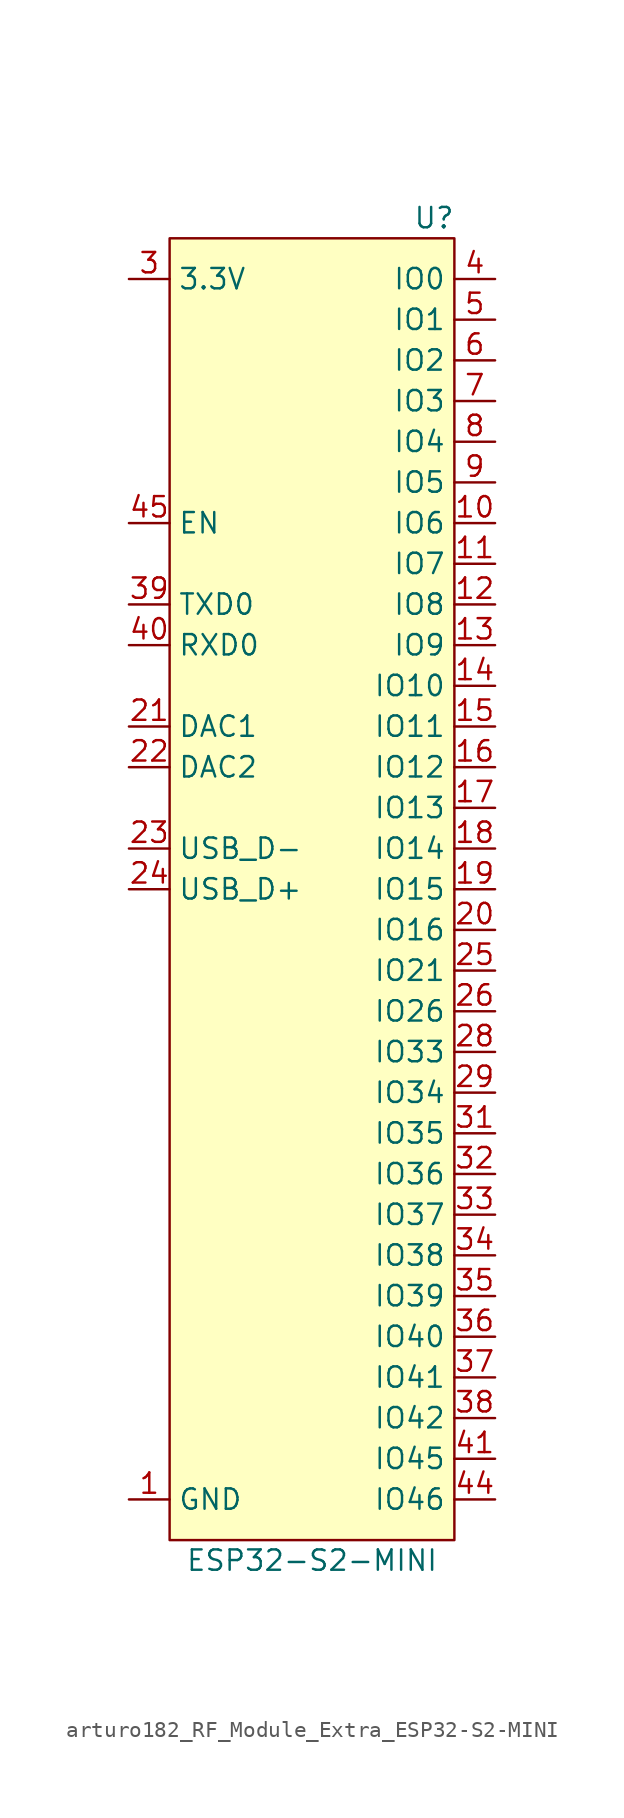
<source format=kicad_sym>
(kicad_symbol_lib
  (version 20220914)
  (generator kicad_symbol_editor)
  (symbol "arturo182_RF_Module_Extra_ESP32-S2-MINI"
    (property "Reference" "U"
      (at 7.62 39.37 0)
      (effects (font (size 1.27 1.27))))
    (property "Value" "ESP32-S2-MINI"
      (at 0 -44.45 0)
      (effects (font (size 1.27 1.27))))
    (symbol "arturo182_RF_Module_Extra_ESP32-S2-MINI_0_0"
      (pin power_in line (at -11.43 -40.64 0) (length 2.54) (name "GND" (effects (font (size 1.27 1.27)))) (number "1" (effects (font (size 1.27 1.27)))))
      (pin bidirectional line (at 11.43 20.32 180) (length 2.54) (name "IO6" (effects (font (size 1.27 1.27)))) (number "10" (effects (font (size 1.27 1.27)))))
      (pin bidirectional line (at 11.43 17.78 180) (length 2.54) (name "IO7" (effects (font (size 1.27 1.27)))) (number "11" (effects (font (size 1.27 1.27)))))
      (pin bidirectional line (at 11.43 15.24 180) (length 2.54) (name "IO8" (effects (font (size 1.27 1.27)))) (number "12" (effects (font (size 1.27 1.27)))))
      (pin bidirectional line (at 11.43 12.7 180) (length 2.54) (name "IO9" (effects (font (size 1.27 1.27)))) (number "13" (effects (font (size 1.27 1.27)))))
      (pin bidirectional line (at 11.43 10.16 180) (length 2.54) (name "IO10" (effects (font (size 1.27 1.27)))) (number "14" (effects (font (size 1.27 1.27)))))
      (pin bidirectional line (at 11.43 7.62 180) (length 2.54) (name "IO11" (effects (font (size 1.27 1.27)))) (number "15" (effects (font (size 1.27 1.27)))))
      (pin bidirectional line (at 11.43 5.08 180) (length 2.54) (name "IO12" (effects (font (size 1.27 1.27)))) (number "16" (effects (font (size 1.27 1.27)))))
      (pin bidirectional line (at 11.43 2.54 180) (length 2.54) (name "IO13" (effects (font (size 1.27 1.27)))) (number "17" (effects (font (size 1.27 1.27)))))
      (pin bidirectional line (at 11.43 0 180) (length 2.54) (name "IO14" (effects (font (size 1.27 1.27)))) (number "18" (effects (font (size 1.27 1.27)))))
      (pin bidirectional line (at 11.43 -2.54 180) (length 2.54) (name "IO15" (effects (font (size 1.27 1.27)))) (number "19" (effects (font (size 1.27 1.27)))))
      (pin passive line (at -11.43 -40.64 0) (length 2.54) hide (name "GND" (effects (font (size 1.27 1.27)))) (number "2" (effects (font (size 1.27 1.27)))))
      (pin bidirectional line (at 11.43 -5.08 180) (length 2.54) (name "IO16" (effects (font (size 1.27 1.27)))) (number "20" (effects (font (size 1.27 1.27)))))
      (pin bidirectional line (at -11.43 7.62 0) (length 2.54) (name "DAC1" (effects (font (size 1.27 1.27)))) (number "21" (effects (font (size 1.27 1.27)))))
      (pin bidirectional line (at -11.43 5.08 0) (length 2.54) (name "DAC2" (effects (font (size 1.27 1.27)))) (number "22" (effects (font (size 1.27 1.27)))))
      (pin bidirectional line (at -11.43 0 0) (length 2.54) (name "USB_D-" (effects (font (size 1.27 1.27)))) (number "23" (effects (font (size 1.27 1.27)))))
      (pin bidirectional line (at -11.43 -2.54 0) (length 2.54) (name "USB_D+" (effects (font (size 1.27 1.27)))) (number "24" (effects (font (size 1.27 1.27)))))
      (pin bidirectional line (at 11.43 -7.62 180) (length 2.54) (name "IO21" (effects (font (size 1.27 1.27)))) (number "25" (effects (font (size 1.27 1.27)))))
      (pin bidirectional line (at 11.43 -10.16 180) (length 2.54) (name "IO26" (effects (font (size 1.27 1.27)))) (number "26" (effects (font (size 1.27 1.27)))))
      (pin no_connect line (at -3.81 -16.51 0) (length 2.54) hide (name "NC" (effects (font (size 1.27 1.27)))) (number "27" (effects (font (size 1.27 1.27)))))
      (pin bidirectional line (at 11.43 -12.7 180) (length 2.54) (name "IO33" (effects (font (size 1.27 1.27)))) (number "28" (effects (font (size 1.27 1.27)))))
      (pin bidirectional line (at 11.43 -15.24 180) (length 2.54) (name "IO34" (effects (font (size 1.27 1.27)))) (number "29" (effects (font (size 1.27 1.27)))))
      (pin power_in line (at -11.43 35.56 0) (length 2.54) (name "3.3V" (effects (font (size 1.27 1.27)))) (number "3" (effects (font (size 1.27 1.27)))))
      (pin passive line (at -11.43 -40.64 0) (length 2.54) hide (name "GND" (effects (font (size 1.27 1.27)))) (number "30" (effects (font (size 1.27 1.27)))))
      (pin bidirectional line (at 11.43 -17.78 180) (length 2.54) (name "IO35" (effects (font (size 1.27 1.27)))) (number "31" (effects (font (size 1.27 1.27)))))
      (pin bidirectional line (at 11.43 -20.32 180) (length 2.54) (name "IO36" (effects (font (size 1.27 1.27)))) (number "32" (effects (font (size 1.27 1.27)))))
      (pin bidirectional line (at 11.43 -22.86 180) (length 2.54) (name "IO37" (effects (font (size 1.27 1.27)))) (number "33" (effects (font (size 1.27 1.27)))))
      (pin bidirectional line (at 11.43 -25.4 180) (length 2.54) (name "IO38" (effects (font (size 1.27 1.27)))) (number "34" (effects (font (size 1.27 1.27)))))
      (pin bidirectional line (at 11.43 -27.94 180) (length 2.54) (name "IO39" (effects (font (size 1.27 1.27)))) (number "35" (effects (font (size 1.27 1.27)))))
      (pin bidirectional line (at 11.43 -30.48 180) (length 2.54) (name "IO40" (effects (font (size 1.27 1.27)))) (number "36" (effects (font (size 1.27 1.27)))))
      (pin bidirectional line (at 11.43 -33.02 180) (length 2.54) (name "IO41" (effects (font (size 1.27 1.27)))) (number "37" (effects (font (size 1.27 1.27)))))
      (pin bidirectional line (at 11.43 -35.56 180) (length 2.54) (name "IO42" (effects (font (size 1.27 1.27)))) (number "38" (effects (font (size 1.27 1.27)))))
      (pin output line (at -11.43 15.24 0) (length 2.54) (name "TXD0" (effects (font (size 1.27 1.27)))) (number "39" (effects (font (size 1.27 1.27)))))
      (pin bidirectional line (at 11.43 35.56 180) (length 2.54) (name "IO0" (effects (font (size 1.27 1.27)))) (number "4" (effects (font (size 1.27 1.27)))))
      (pin input line (at -11.43 12.7 0) (length 2.54) (name "RXD0" (effects (font (size 1.27 1.27)))) (number "40" (effects (font (size 1.27 1.27)))))
      (pin bidirectional line (at 11.43 -38.1 180) (length 2.54) (name "IO45" (effects (font (size 1.27 1.27)))) (number "41" (effects (font (size 1.27 1.27)))))
      (pin passive line (at -11.43 -40.64 0) (length 2.54) hide (name "GND" (effects (font (size 1.27 1.27)))) (number "42" (effects (font (size 1.27 1.27)))))
      (pin passive line (at -11.43 -40.64 0) (length 2.54) hide (name "GND" (effects (font (size 1.27 1.27)))) (number "43" (effects (font (size 1.27 1.27)))))
      (pin bidirectional line (at 11.43 -40.64 180) (length 2.54) (name "IO46" (effects (font (size 1.27 1.27)))) (number "44" (effects (font (size 1.27 1.27)))))
      (pin input line (at -11.43 20.32 0) (length 2.54) (name "EN" (effects (font (size 1.27 1.27)))) (number "45" (effects (font (size 1.27 1.27)))))
      (pin passive line (at -11.43 -40.64 0) (length 2.54) hide (name "GND" (effects (font (size 1.27 1.27)))) (number "46" (effects (font (size 1.27 1.27)))))
      (pin passive line (at -11.43 -40.64 0) (length 2.54) hide (name "GND" (effects (font (size 1.27 1.27)))) (number "47" (effects (font (size 1.27 1.27)))))
      (pin passive line (at -11.43 -40.64 0) (length 2.54) hide (name "GND" (effects (font (size 1.27 1.27)))) (number "48" (effects (font (size 1.27 1.27)))))
      (pin passive line (at -11.43 -40.64 0) (length 2.54) hide (name "GND" (effects (font (size 1.27 1.27)))) (number "49" (effects (font (size 1.27 1.27)))))
      (pin bidirectional line (at 11.43 33.02 180) (length 2.54) (name "IO1" (effects (font (size 1.27 1.27)))) (number "5" (effects (font (size 1.27 1.27)))))
      (pin passive line (at -11.43 -40.64 0) (length 2.54) hide (name "GND" (effects (font (size 1.27 1.27)))) (number "50" (effects (font (size 1.27 1.27)))))
      (pin passive line (at -11.43 -40.64 0) (length 2.54) hide (name "GND" (effects (font (size 1.27 1.27)))) (number "51" (effects (font (size 1.27 1.27)))))
      (pin passive line (at -11.43 -40.64 0) (length 2.54) hide (name "GND" (effects (font (size 1.27 1.27)))) (number "52" (effects (font (size 1.27 1.27)))))
      (pin passive line (at -11.43 -40.64 0) (length 2.54) hide (name "GND" (effects (font (size 1.27 1.27)))) (number "53" (effects (font (size 1.27 1.27)))))
      (pin passive line (at -11.43 -40.64 0) (length 2.54) hide (name "GND" (effects (font (size 1.27 1.27)))) (number "54" (effects (font (size 1.27 1.27)))))
      (pin passive line (at -11.43 -40.64 0) (length 2.54) hide (name "GND" (effects (font (size 1.27 1.27)))) (number "55" (effects (font (size 1.27 1.27)))))
      (pin passive line (at -11.43 -40.64 0) (length 2.54) hide (name "GND" (effects (font (size 1.27 1.27)))) (number "56" (effects (font (size 1.27 1.27)))))
      (pin passive line (at -11.43 -40.64 0) (length 2.54) hide (name "GND" (effects (font (size 1.27 1.27)))) (number "57" (effects (font (size 1.27 1.27)))))
      (pin passive line (at -11.43 -40.64 0) (length 2.54) hide (name "GND" (effects (font (size 1.27 1.27)))) (number "58" (effects (font (size 1.27 1.27)))))
      (pin passive line (at -11.43 -40.64 0) (length 2.54) hide (name "GND" (effects (font (size 1.27 1.27)))) (number "59" (effects (font (size 1.27 1.27)))))
      (pin bidirectional line (at 11.43 30.48 180) (length 2.54) (name "IO2" (effects (font (size 1.27 1.27)))) (number "6" (effects (font (size 1.27 1.27)))))
      (pin passive line (at -11.43 -40.64 0) (length 2.54) hide (name "GND" (effects (font (size 1.27 1.27)))) (number "60" (effects (font (size 1.27 1.27)))))
      (pin passive line (at -11.43 -40.64 0) (length 2.54) hide (name "GND" (effects (font (size 1.27 1.27)))) (number "61" (effects (font (size 1.27 1.27)))))
      (pin passive line (at -11.43 -40.64 0) (length 2.54) hide (name "GND" (effects (font (size 1.27 1.27)))) (number "62" (effects (font (size 1.27 1.27)))))
      (pin passive line (at -11.43 -40.64 0) (length 2.54) hide (name "GND" (effects (font (size 1.27 1.27)))) (number "63" (effects (font (size 1.27 1.27)))))
      (pin passive line (at -11.43 -40.64 0) (length 2.54) hide (name "GND" (effects (font (size 1.27 1.27)))) (number "64" (effects (font (size 1.27 1.27)))))
      (pin passive line (at -11.43 -40.64 0) (length 2.54) hide (name "GND" (effects (font (size 1.27 1.27)))) (number "65" (effects (font (size 1.27 1.27)))))
      (pin bidirectional line (at 11.43 27.94 180) (length 2.54) (name "IO3" (effects (font (size 1.27 1.27)))) (number "7" (effects (font (size 1.27 1.27)))))
      (pin bidirectional line (at 11.43 25.4 180) (length 2.54) (name "IO4" (effects (font (size 1.27 1.27)))) (number "8" (effects (font (size 1.27 1.27)))))
      (pin bidirectional line (at 11.43 22.86 180) (length 2.54) (name "IO5" (effects (font (size 1.27 1.27)))) (number "9" (effects (font (size 1.27 1.27))))))
    (symbol "arturo182_RF_Module_Extra_ESP32-S2-MINI_0_1"
      (rectangle (start 8.89 38.1) (end -8.89 -43.18) (stroke (width 0) (type default)) (fill (type background))))))
</source>
